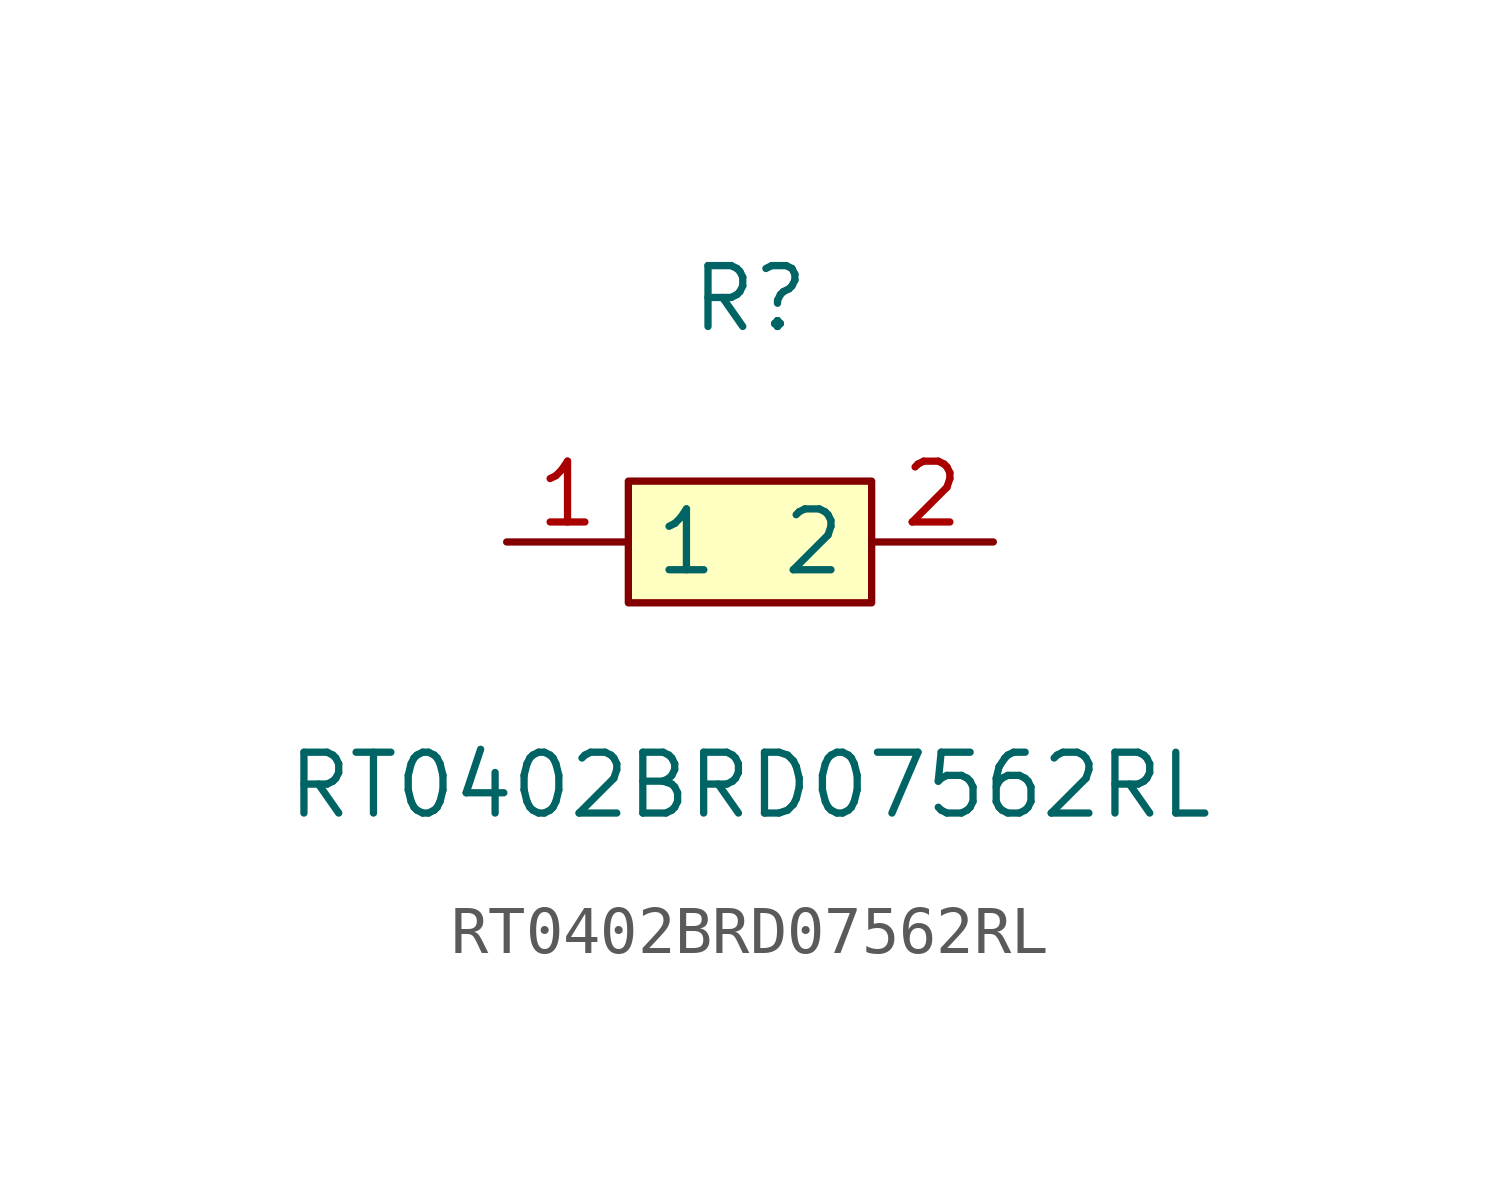
<source format=kicad_sym>
(kicad_symbol_lib
  (version 1)
  (generator "faebryk")
  (symbol "RT0402BRD07562RL"
    (property "Reference" "R"
      (at 0 5.08 0)
      (effects (font (size 1.27 1.27)) (hide no)))
    (property "Value" "RT0402BRD07562RL"
      (at 0 -5.08 0)
      (effects (font (size 1.27 1.27)) (hide no)))
    (symbol "RT0402BRD07562RL_0_1"
      (rectangle (start -2.54 1.27) (end 2.54 -1.27) (stroke (width 0) (type default) (color 0 0 0 0)) (fill (type background)))
      (pin unspecified line (at 5.08 0 180) (length 2.54) (name "2" (effects (font (size 1.27 1.27)) (hide no))) (number "2" (effects (font (size 1.27 1.27)) (hide no))))
      (pin unspecified line (at -5.08 0 0) (length 2.54) (name "1" (effects (font (size 1.27 1.27)) (hide no))) (number "1" (effects (font (size 1.27 1.27)) (hide no)))))))
</source>
